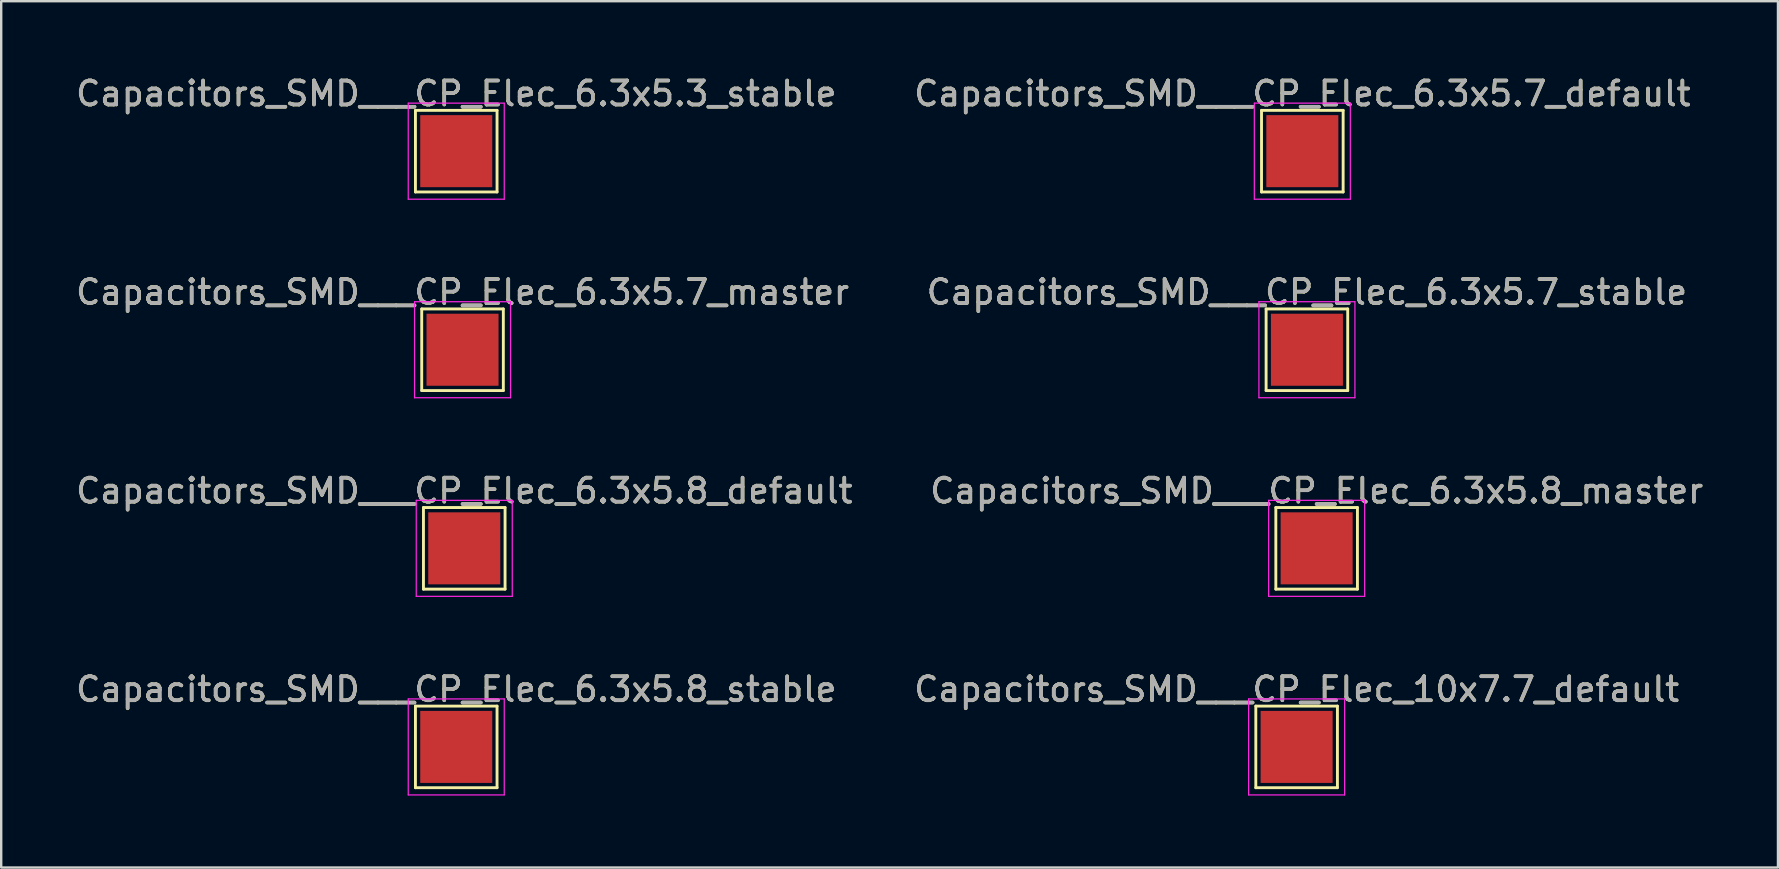
<source format=kicad_pcb>
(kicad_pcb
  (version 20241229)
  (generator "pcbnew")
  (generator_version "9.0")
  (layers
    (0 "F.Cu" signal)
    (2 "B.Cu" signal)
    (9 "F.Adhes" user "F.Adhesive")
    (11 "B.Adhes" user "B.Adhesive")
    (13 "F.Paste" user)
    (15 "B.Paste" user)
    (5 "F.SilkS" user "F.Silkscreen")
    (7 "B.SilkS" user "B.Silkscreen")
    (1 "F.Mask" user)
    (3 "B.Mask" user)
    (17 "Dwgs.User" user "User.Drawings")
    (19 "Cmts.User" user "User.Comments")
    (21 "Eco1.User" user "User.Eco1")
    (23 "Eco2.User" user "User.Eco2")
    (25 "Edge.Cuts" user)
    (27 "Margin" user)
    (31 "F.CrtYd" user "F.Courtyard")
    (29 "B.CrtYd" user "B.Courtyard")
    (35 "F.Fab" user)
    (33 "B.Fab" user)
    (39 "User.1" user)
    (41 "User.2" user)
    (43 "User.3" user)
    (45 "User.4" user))
  (footprint "Capacitors_SMD___CP_Elec_6.3x5.8_master"
    (layer "F.Cu")
    (at 51.804 19.795)
    (property "Reference" "Capacitors_SMD___CP_Elec_6.3x5.8_master" (at 0 -2.398 0) (layer "F.SilkS") (effects (font (size 1 1) (thickness 0.15))))
    (attr exclude_from_pos_files exclude_from_bom)
    (fp_line (start -1.7 -1.7) (end 1.7 -1.7) (stroke (width 0.12) (type solid)) (layer "F.SilkS"))
    (fp_line (start -1.7 1.7) (end -1.7 -1.7) (stroke (width 0.12) (type solid)) (layer "F.SilkS"))
    (fp_line (start 1.7 -1.7) (end 1.7 1.7) (stroke (width 0.12) (type solid)) (layer "F.SilkS"))
    (fp_line (start 1.7 1.7) (end -1.7 1.7) (stroke (width 0.12) (type solid)) (layer "F.SilkS"))
    (fp_line (start -2 -2) (end -2 2) (stroke (width 0.05) (type solid)) (layer "F.CrtYd"))
    (fp_line (start -2 -2) (end 2 -2) (stroke (width 0.05) (type solid)) (layer "F.CrtYd"))
    (fp_line (start 2 2) (end -2 2) (stroke (width 0.05) (type solid)) (layer "F.CrtYd"))
    (fp_line (start 2 2) (end 2 -2) (stroke (width 0.05) (type solid)) (layer "F.CrtYd"))
    (fp_text user "${REFERENCE}" (at 0 -2.4 0) (layer "F.Fab") (effects (font (size 1 1) (thickness 0.15))))
    (pad "1" smd rect (at 0 0) (size 3 3) (layers "F.Cu" "F.Mask")))
  (footprint "Capacitors_SMD___CP_Elec_6.3x5.7_stable"
    (layer "F.Cu")
    (at 51.399 11.521)
    (property "Reference" "Capacitors_SMD___CP_Elec_6.3x5.7_stable" (at 0 -2.398 0) (layer "F.SilkS") (effects (font (size 1 1) (thickness 0.15))))
    (attr exclude_from_pos_files exclude_from_bom)
    (fp_line (start -1.7 -1.7) (end 1.7 -1.7) (stroke (width 0.12) (type solid)) (layer "F.SilkS"))
    (fp_line (start -1.7 1.7) (end -1.7 -1.7) (stroke (width 0.12) (type solid)) (layer "F.SilkS"))
    (fp_line (start 1.7 -1.7) (end 1.7 1.7) (stroke (width 0.12) (type solid)) (layer "F.SilkS"))
    (fp_line (start 1.7 1.7) (end -1.7 1.7) (stroke (width 0.12) (type solid)) (layer "F.SilkS"))
    (fp_line (start -2 -2) (end -2 2) (stroke (width 0.05) (type solid)) (layer "F.CrtYd"))
    (fp_line (start -2 -2) (end 2 -2) (stroke (width 0.05) (type solid)) (layer "F.CrtYd"))
    (fp_line (start 2 2) (end -2 2) (stroke (width 0.05) (type solid)) (layer "F.CrtYd"))
    (fp_line (start 2 2) (end 2 -2) (stroke (width 0.05) (type solid)) (layer "F.CrtYd"))
    (fp_text user "${REFERENCE}" (at 0 -2.4 0) (layer "F.Fab") (effects (font (size 1 1) (thickness 0.15))))
    (pad "1" smd rect (at 0 0) (size 3 3) (layers "F.Cu" "F.Mask")))
  (footprint "Capacitors_SMD___CP_Elec_6.3x5.8_stable"
    (layer "F.Cu")
    (at 15.958 28.068)
    (property "Reference" "Capacitors_SMD___CP_Elec_6.3x5.8_stable" (at 0 -2.398 0) (layer "F.SilkS") (effects (font (size 1 1) (thickness 0.15))))
    (attr exclude_from_pos_files exclude_from_bom)
    (fp_line (start -1.7 -1.7) (end 1.7 -1.7) (stroke (width 0.12) (type solid)) (layer "F.SilkS"))
    (fp_line (start -1.7 1.7) (end -1.7 -1.7) (stroke (width 0.12) (type solid)) (layer "F.SilkS"))
    (fp_line (start 1.7 -1.7) (end 1.7 1.7) (stroke (width 0.12) (type solid)) (layer "F.SilkS"))
    (fp_line (start 1.7 1.7) (end -1.7 1.7) (stroke (width 0.12) (type solid)) (layer "F.SilkS"))
    (fp_line (start -2 -2) (end -2 2) (stroke (width 0.05) (type solid)) (layer "F.CrtYd"))
    (fp_line (start -2 -2) (end 2 -2) (stroke (width 0.05) (type solid)) (layer "F.CrtYd"))
    (fp_line (start 2 2) (end -2 2) (stroke (width 0.05) (type solid)) (layer "F.CrtYd"))
    (fp_line (start 2 2) (end 2 -2) (stroke (width 0.05) (type solid)) (layer "F.CrtYd"))
    (fp_text user "${REFERENCE}" (at 0 -2.4 0) (layer "F.Fab") (effects (font (size 1 1) (thickness 0.15))))
    (pad "1" smd rect (at 0 0) (size 3 3) (layers "F.Cu" "F.Mask")))
  (footprint "Capacitors_SMD___CP_Elec_6.3x5.7_default"
    (layer "F.Cu")
    (at 51.208 3.248)
    (property "Reference" "Capacitors_SMD___CP_Elec_6.3x5.7_default" (at 0 -2.398 0) (layer "F.SilkS") (effects (font (size 1 1) (thickness 0.15))))
    (attr exclude_from_pos_files exclude_from_bom)
    (fp_line (start -1.7 -1.7) (end 1.7 -1.7) (stroke (width 0.12) (type solid)) (layer "F.SilkS"))
    (fp_line (start -1.7 1.7) (end -1.7 -1.7) (stroke (width 0.12) (type solid)) (layer "F.SilkS"))
    (fp_line (start 1.7 -1.7) (end 1.7 1.7) (stroke (width 0.12) (type solid)) (layer "F.SilkS"))
    (fp_line (start 1.7 1.7) (end -1.7 1.7) (stroke (width 0.12) (type solid)) (layer "F.SilkS"))
    (fp_line (start -2 -2) (end -2 2) (stroke (width 0.05) (type solid)) (layer "F.CrtYd"))
    (fp_line (start -2 -2) (end 2 -2) (stroke (width 0.05) (type solid)) (layer "F.CrtYd"))
    (fp_line (start 2 2) (end -2 2) (stroke (width 0.05) (type solid)) (layer "F.CrtYd"))
    (fp_line (start 2 2) (end 2 -2) (stroke (width 0.05) (type solid)) (layer "F.CrtYd"))
    (fp_text user "${REFERENCE}" (at 0 -2.4 0) (layer "F.Fab") (effects (font (size 1 1) (thickness 0.15))))
    (pad "1" smd rect (at 0 0) (size 3 3) (layers "F.Cu" "F.Mask")))
  (footprint "Capacitors_SMD___CP_Elec_6.3x5.7_master"
    (layer "F.Cu")
    (at 16.22 11.521)
    (property "Reference" "Capacitors_SMD___CP_Elec_6.3x5.7_master" (at 0 -2.398 0) (layer "F.SilkS") (effects (font (size 1 1) (thickness 0.15))))
    (attr exclude_from_pos_files exclude_from_bom)
    (fp_line (start -1.7 -1.7) (end 1.7 -1.7) (stroke (width 0.12) (type solid)) (layer "F.SilkS"))
    (fp_line (start -1.7 1.7) (end -1.7 -1.7) (stroke (width 0.12) (type solid)) (layer "F.SilkS"))
    (fp_line (start 1.7 -1.7) (end 1.7 1.7) (stroke (width 0.12) (type solid)) (layer "F.SilkS"))
    (fp_line (start 1.7 1.7) (end -1.7 1.7) (stroke (width 0.12) (type solid)) (layer "F.SilkS"))
    (fp_line (start -2 -2) (end -2 2) (stroke (width 0.05) (type solid)) (layer "F.CrtYd"))
    (fp_line (start -2 -2) (end 2 -2) (stroke (width 0.05) (type solid)) (layer "F.CrtYd"))
    (fp_line (start 2 2) (end -2 2) (stroke (width 0.05) (type solid)) (layer "F.CrtYd"))
    (fp_line (start 2 2) (end 2 -2) (stroke (width 0.05) (type solid)) (layer "F.CrtYd"))
    (fp_text user "${REFERENCE}" (at 0 -2.4 0) (layer "F.Fab") (effects (font (size 1 1) (thickness 0.15))))
    (pad "1" smd rect (at 0 0) (size 3 3) (layers "F.Cu" "F.Mask")))
  (footprint "Capacitors_SMD___CP_Elec_6.3x5.3_stable"
    (layer "F.Cu")
    (at 15.958 3.248)
    (property "Reference" "Capacitors_SMD___CP_Elec_6.3x5.3_stable" (at 0 -2.398 0) (layer "F.SilkS") (effects (font (size 1 1) (thickness 0.15))))
    (attr exclude_from_pos_files exclude_from_bom)
    (fp_line (start -1.7 -1.7) (end 1.7 -1.7) (stroke (width 0.12) (type solid)) (layer "F.SilkS"))
    (fp_line (start -1.7 1.7) (end -1.7 -1.7) (stroke (width 0.12) (type solid)) (layer "F.SilkS"))
    (fp_line (start 1.7 -1.7) (end 1.7 1.7) (stroke (width 0.12) (type solid)) (layer "F.SilkS"))
    (fp_line (start 1.7 1.7) (end -1.7 1.7) (stroke (width 0.12) (type solid)) (layer "F.SilkS"))
    (fp_line (start -2 -2) (end -2 2) (stroke (width 0.05) (type solid)) (layer "F.CrtYd"))
    (fp_line (start -2 -2) (end 2 -2) (stroke (width 0.05) (type solid)) (layer "F.CrtYd"))
    (fp_line (start 2 2) (end -2 2) (stroke (width 0.05) (type solid)) (layer "F.CrtYd"))
    (fp_line (start 2 2) (end 2 -2) (stroke (width 0.05) (type solid)) (layer "F.CrtYd"))
    (fp_text user "${REFERENCE}" (at 0 -2.4 0) (layer "F.Fab") (effects (font (size 1 1) (thickness 0.15))))
    (pad "1" smd rect (at 0 0) (size 3 3) (layers "F.Cu" "F.Mask")))
  (footprint "Capacitors_SMD___CP_Elec_6.3x5.8_default"
    (layer "F.Cu")
    (at 16.292 19.795)
    (property "Reference" "Capacitors_SMD___CP_Elec_6.3x5.8_default" (at 0 -2.398 0) (layer "F.SilkS") (effects (font (size 1 1) (thickness 0.15))))
    (attr exclude_from_pos_files exclude_from_bom)
    (fp_line (start -1.7 -1.7) (end 1.7 -1.7) (stroke (width 0.12) (type solid)) (layer "F.SilkS"))
    (fp_line (start -1.7 1.7) (end -1.7 -1.7) (stroke (width 0.12) (type solid)) (layer "F.SilkS"))
    (fp_line (start 1.7 -1.7) (end 1.7 1.7) (stroke (width 0.12) (type solid)) (layer "F.SilkS"))
    (fp_line (start 1.7 1.7) (end -1.7 1.7) (stroke (width 0.12) (type solid)) (layer "F.SilkS"))
    (fp_line (start -2 -2) (end -2 2) (stroke (width 0.05) (type solid)) (layer "F.CrtYd"))
    (fp_line (start -2 -2) (end 2 -2) (stroke (width 0.05) (type solid)) (layer "F.CrtYd"))
    (fp_line (start 2 2) (end -2 2) (stroke (width 0.05) (type solid)) (layer "F.CrtYd"))
    (fp_line (start 2 2) (end 2 -2) (stroke (width 0.05) (type solid)) (layer "F.CrtYd"))
    (fp_text user "${REFERENCE}" (at 0 -2.4 0) (layer "F.Fab") (effects (font (size 1 1) (thickness 0.15))))
    (pad "1" smd rect (at 0 0) (size 3 3) (layers "F.Cu" "F.Mask")))
  (footprint "Capacitors_SMD___CP_Elec_10x7.7_default"
    (layer "F.Cu")
    (at 50.97 28.068)
    (property "Reference" "Capacitors_SMD___CP_Elec_10x7.7_default" (at 0 -2.398 0) (layer "F.SilkS") (effects (font (size 1 1) (thickness 0.15))))
    (attr exclude_from_pos_files exclude_from_bom)
    (fp_line (start -1.7 -1.7) (end 1.7 -1.7) (stroke (width 0.12) (type solid)) (layer "F.SilkS"))
    (fp_line (start -1.7 1.7) (end -1.7 -1.7) (stroke (width 0.12) (type solid)) (layer "F.SilkS"))
    (fp_line (start 1.7 -1.7) (end 1.7 1.7) (stroke (width 0.12) (type solid)) (layer "F.SilkS"))
    (fp_line (start 1.7 1.7) (end -1.7 1.7) (stroke (width 0.12) (type solid)) (layer "F.SilkS"))
    (fp_line (start -2 -2) (end -2 2) (stroke (width 0.05) (type solid)) (layer "F.CrtYd"))
    (fp_line (start -2 -2) (end 2 -2) (stroke (width 0.05) (type solid)) (layer "F.CrtYd"))
    (fp_line (start 2 2) (end -2 2) (stroke (width 0.05) (type solid)) (layer "F.CrtYd"))
    (fp_line (start 2 2) (end 2 -2) (stroke (width 0.05) (type solid)) (layer "F.CrtYd"))
    (fp_text user "${REFERENCE}" (at 0 -2.4 0) (layer "F.Fab") (effects (font (size 1 1) (thickness 0.15))))
    (pad "1" smd rect (at 0 0) (size 3 3) (layers "F.Cu" "F.Mask")))
  (gr_rect
    (start -3 -3)
    (end 71.024 33.093)
    (stroke (width 0.1) (type default))
    (fill no)
    (layer "Edge.Cuts")))
</source>
